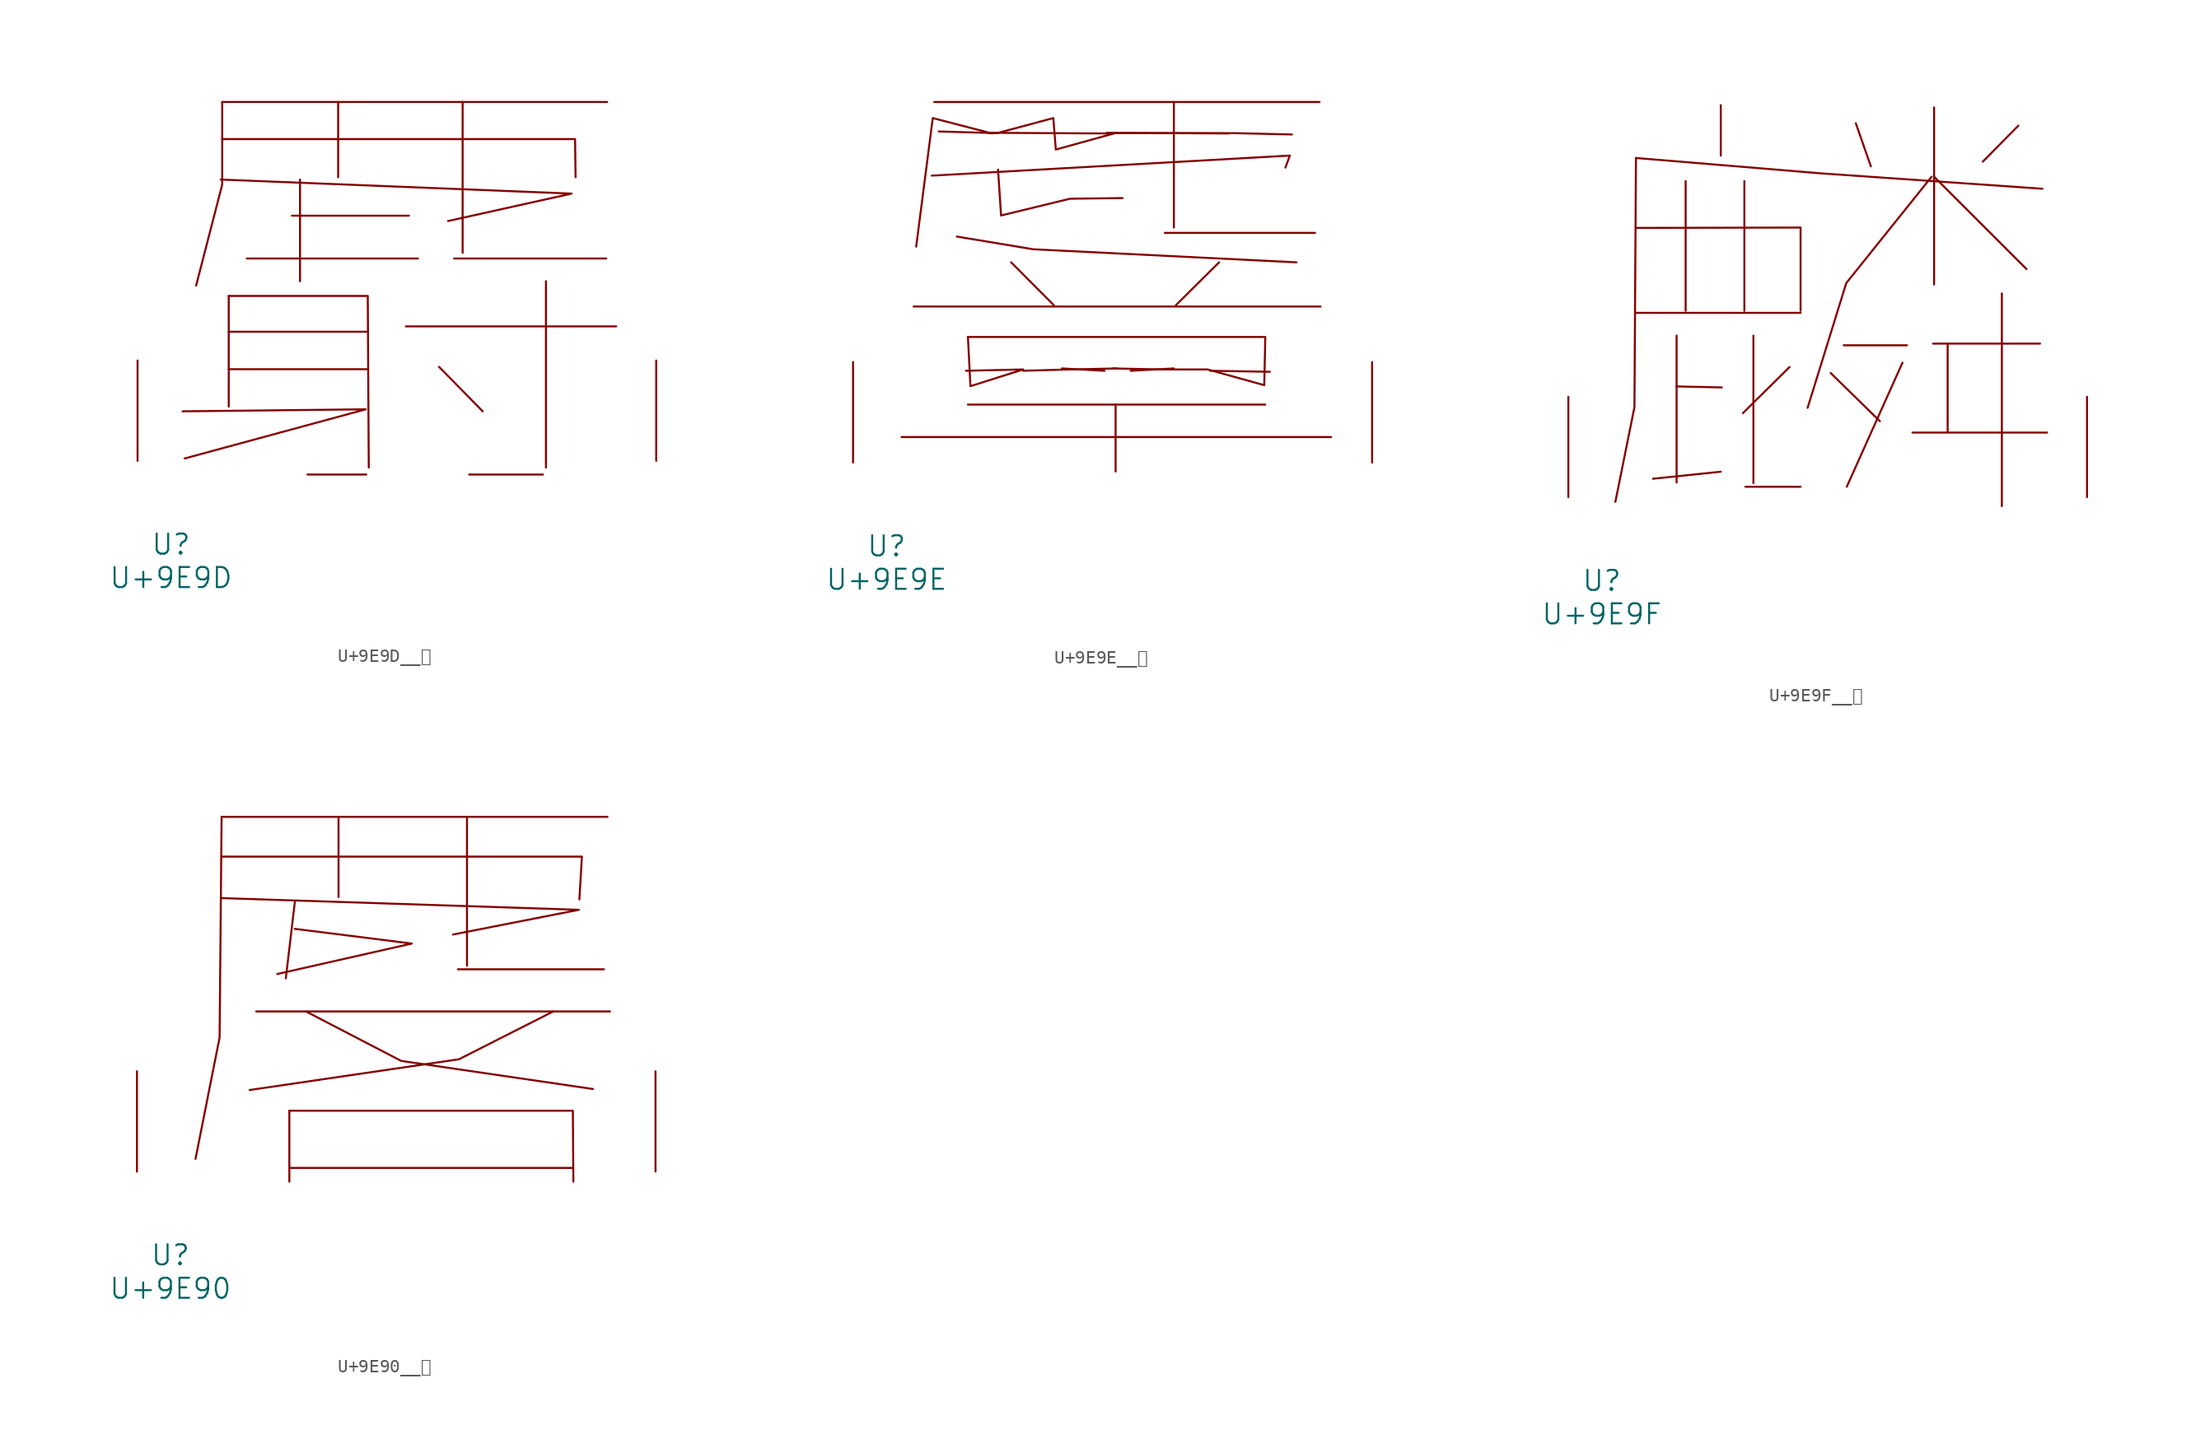
<source format=kicad_sym>
(kicad_symbol_lib
  (version 20231120)
  (generator "kicad_symbol_editor")
  (generator_version "8.0")
  (symbol "U+9E9D__麝"
    (pin_names
      (offset 1.016))
    (property "Reference" "U"
      (at 0 -6.35 0)
      (effects (font (size 1.524 1.524))))
    (property "Value" "U+9E9D"
      (at 0 -8.89 0)
      (effects (font (size 1.524 1.524))))
    (symbol "U+9E9D__麝_0_1"
      (polyline (pts (xy 3.886 27.254) (xy 33.109 27.254)) (stroke (width 0) (type solid)) (fill (type none)))
      (polyline (pts (xy 4.381 6.96) (xy 14.935 6.96)) (stroke (width 0) (type solid)) (fill (type none)))
      (polyline (pts (xy 4.381 9.804) (xy 14.935 9.804)) (stroke (width 0) (type solid)) (fill (type none)))
      (polyline (pts (xy 4.381 12.522) (xy 4.381 4.115)) (stroke (width 0) (type solid)) (fill (type none)))
      (polyline (pts (xy 5.753 15.367) (xy 18.745 15.367)) (stroke (width 0) (type solid)) (fill (type none)))
      (polyline (pts (xy 9.182 18.618) (xy 18.059 18.618)) (stroke (width 0) (type solid)) (fill (type none)))
      (polyline (pts (xy 9.792 21.361) (xy 9.792 13.64)) (stroke (width 0) (type solid)) (fill (type none)))
      (polyline (pts (xy 10.363 -1.041) (xy 14.821 -1.041)) (stroke (width 0) (type solid)) (fill (type none)))
      (polyline (pts (xy 12.687 27.254) (xy 12.687 21.539)) (stroke (width 0) (type solid)) (fill (type none)))
      (polyline (pts (xy 17.831 10.211) (xy 33.795 10.211)) (stroke (width 0) (type solid)) (fill (type none)))
      (polyline (pts (xy 20.345 7.137) (xy 23.66 3.759)) (stroke (width 0) (type solid)) (fill (type none)))
      (polyline (pts (xy 21.488 15.367) (xy 33.033 15.367)) (stroke (width 0) (type solid)) (fill (type none)))
      (polyline (pts (xy 22.136 27.254) (xy 22.136 15.799)) (stroke (width 0) (type solid)) (fill (type none)))
      (polyline (pts (xy 22.631 -1.041) (xy 28.232 -1.041)) (stroke (width 0) (type solid)) (fill (type none)))
      (polyline (pts (xy 28.461 13.64) (xy 28.461 -0.508)) (stroke (width 0) (type solid)) (fill (type none)))
      (polyline (pts (xy 0.876 3.759) (xy 14.783 3.912) (xy 1.029 0.178)) (stroke (width 0) (type solid)) (fill (type none)))
      (polyline (pts (xy 3.772 21.361) (xy 30.404 20.295) (xy 21.031 18.212)) (stroke (width 0) (type solid)) (fill (type none)))
      (polyline (pts (xy 3.886 24.435) (xy 30.671 24.435) (xy 30.709 21.539)) (stroke (width 0) (type solid)) (fill (type none)))
      (polyline (pts (xy 3.886 27.254) (xy 3.886 20.98) (xy 1.905 13.31)) (stroke (width 0) (type solid)) (fill (type none)))
      (polyline (pts (xy 4.381 12.522) (xy 14.935 12.522) (xy 15.011 -0.508)) (stroke (width 0) (type solid)) (fill (type none)))
      (pin input line (at -2.54 0 90) (length 7.62) (name "~" (effects (font (size 1.27 1.27)))) (number "~" (effects (font (size 1.27 1.27)))))
      (pin input line (at 36.83 0 90) (length 7.62) (name "~" (effects (font (size 1.27 1.27)))) (number "~" (effects (font (size 1.27 1.27)))))))
  (symbol "U+9E9E__麞"
    (pin_names
      (offset 1.016))
    (property "Reference" "U"
      (at 0 -6.35 0)
      (effects (font (size 1.524 1.524))))
    (property "Value" "U+9E9E"
      (at 0 -8.89 0)
      (effects (font (size 1.524 1.524))))
    (symbol "U+9E9E__麞_0_1"
      (polyline (pts (xy 1.143 1.93) (xy 33.718 1.93)) (stroke (width 0) (type solid)) (fill (type none)))
      (polyline (pts (xy 2.057 11.836) (xy 32.918 11.836)) (stroke (width 0) (type solid)) (fill (type none)))
      (polyline (pts (xy 3.619 27.356) (xy 32.842 27.356)) (stroke (width 0) (type solid)) (fill (type none)))
      (polyline (pts (xy 6.172 4.394) (xy 28.727 4.394)) (stroke (width 0) (type solid)) (fill (type none)))
      (polyline (pts (xy 9.449 15.189) (xy 12.687 11.938)) (stroke (width 0) (type solid)) (fill (type none)))
      (polyline (pts (xy 16.535 6.96) (xy 13.297 7.137)) (stroke (width 0) (type solid)) (fill (type none)))
      (polyline (pts (xy 17.374 4.394) (xy 17.374 -0.686)) (stroke (width 0) (type solid)) (fill (type none)))
      (polyline (pts (xy 18.517 6.96) (xy 21.793 7.137)) (stroke (width 0) (type solid)) (fill (type none)))
      (polyline (pts (xy 21.107 17.424) (xy 32.499 17.424)) (stroke (width 0) (type solid)) (fill (type none)))
      (polyline (pts (xy 21.793 27.356) (xy 21.793 17.831)) (stroke (width 0) (type solid)) (fill (type none)))
      (polyline (pts (xy 24.536 6.96) (xy 29.07 6.883)) (stroke (width 0) (type solid)) (fill (type none)))
      (polyline (pts (xy 25.222 15.189) (xy 21.946 11.938)) (stroke (width 0) (type solid)) (fill (type none)))
      (polyline (pts (xy 3.429 21.768) (xy 30.594 23.292) (xy 30.251 22.377)) (stroke (width 0) (type solid)) (fill (type none)))
      (polyline (pts (xy 5.334 17.145) (xy 11.125 16.18) (xy 31.09 15.189)) (stroke (width 0) (type solid)) (fill (type none)))
      (polyline (pts (xy 8.001 24.968) (xy 3.505 26.137) (xy 2.248 16.383)) (stroke (width 0) (type solid)) (fill (type none)))
      (polyline (pts (xy 10.363 6.96) (xy 13.906 7.061) (xy 17.488 7.137)) (stroke (width 0) (type solid)) (fill (type none)))
      (polyline (pts (xy 16.993 24.968) (xy 12.344 24.994) (xy 7.734 25.019)) (stroke (width 0) (type solid)) (fill (type none)))
      (polyline (pts (xy 25.946 24.968) (xy 21.374 24.994) (xy 16.688 25.019)) (stroke (width 0) (type solid)) (fill (type none)))
      (polyline (pts (xy 6.172 9.525) (xy 6.363 5.791) (xy 10.363 7.061) (xy 6.02 6.96)) (stroke (width 0) (type solid)) (fill (type none)))
      (polyline (pts (xy 8.458 22.225) (xy 8.687 18.745) (xy 13.906 20.015) (xy 17.907 20.066)) (stroke (width 0) (type solid)) (fill (type none)))
      (polyline (pts (xy 6.172 9.525) (xy 28.727 9.525) (xy 28.651 5.867) (xy 24.346 7.061) (xy 20.917 7.061) (xy 17.145 7.137)) (stroke (width 0) (type solid)) (fill (type none)))
      (polyline (pts (xy 3.962 25.121) (xy 8.382 24.994) (xy 12.649 26.137) (xy 12.84 23.749) (xy 17.335 24.994) (xy 21.831 24.994) (xy 26.365 24.994) (xy 30.747 24.892)) (stroke (width 0) (type solid)) (fill (type none)))
      (pin input line (at -2.54 0 90) (length 7.62) (name "~" (effects (font (size 1.27 1.27)))) (number "~" (effects (font (size 1.27 1.27)))))
      (pin input line (at 36.83 0 90) (length 7.62) (name "~" (effects (font (size 1.27 1.27)))) (number "~" (effects (font (size 1.27 1.27)))))))
  (symbol "U+9E9F__麟"
    (pin_names
      (offset 1.016))
    (property "Reference" "U"
      (at 0 -6.35 0)
      (effects (font (size 1.524 1.524))))
    (property "Value" "U+9E9F"
      (at 0 -8.89 0)
      (effects (font (size 1.524 1.524))))
    (symbol "U+9E9F__麟_0_1"
      (polyline (pts (xy 2.591 13.995) (xy 15.088 13.995)) (stroke (width 0) (type solid)) (fill (type none)))
      (polyline (pts (xy 5.677 8.407) (xy 9.106 8.331)) (stroke (width 0) (type solid)) (fill (type none)))
      (polyline (pts (xy 5.677 12.268) (xy 5.677 1.118)) (stroke (width 0) (type solid)) (fill (type none)))
      (polyline (pts (xy 6.363 24.003) (xy 6.363 14.148)) (stroke (width 0) (type solid)) (fill (type none)))
      (polyline (pts (xy 9.03 1.93) (xy 3.886 1.397)) (stroke (width 0) (type solid)) (fill (type none)))
      (polyline (pts (xy 9.03 29.769) (xy 9.03 25.933)) (stroke (width 0) (type solid)) (fill (type none)))
      (polyline (pts (xy 10.82 24.003) (xy 10.82 14.148)) (stroke (width 0) (type solid)) (fill (type none)))
      (polyline (pts (xy 10.897 0.787) (xy 15.088 0.787)) (stroke (width 0) (type solid)) (fill (type none)))
      (polyline (pts (xy 11.506 12.268) (xy 11.506 1.067)) (stroke (width 0) (type solid)) (fill (type none)))
      (polyline (pts (xy 14.249 9.881) (xy 10.706 6.375)) (stroke (width 0) (type solid)) (fill (type none)))
      (polyline (pts (xy 17.374 9.423) (xy 21.107 5.766)) (stroke (width 0) (type solid)) (fill (type none)))
      (polyline (pts (xy 18.364 11.532) (xy 23.165 11.532)) (stroke (width 0) (type solid)) (fill (type none)))
      (polyline (pts (xy 19.279 28.397) (xy 20.422 25.121)) (stroke (width 0) (type solid)) (fill (type none)))
      (polyline (pts (xy 22.822 10.211) (xy 18.593 0.787)) (stroke (width 0) (type solid)) (fill (type none)))
      (polyline (pts (xy 23.584 4.902) (xy 33.795 4.902)) (stroke (width 0) (type solid)) (fill (type none)))
      (polyline (pts (xy 25.146 11.659) (xy 33.261 11.659)) (stroke (width 0) (type solid)) (fill (type none)))
      (polyline (pts (xy 25.222 24.333) (xy 32.233 17.323)) (stroke (width 0) (type solid)) (fill (type none)))
      (polyline (pts (xy 25.222 29.591) (xy 25.222 16.154)) (stroke (width 0) (type solid)) (fill (type none)))
      (polyline (pts (xy 26.251 11.659) (xy 26.251 4.978)) (stroke (width 0) (type solid)) (fill (type none)))
      (polyline (pts (xy 30.366 15.469) (xy 30.366 -0.686)) (stroke (width 0) (type solid)) (fill (type none)))
      (polyline (pts (xy 31.623 28.219) (xy 28.918 25.476)) (stroke (width 0) (type solid)) (fill (type none)))
      (polyline (pts (xy 2.591 20.447) (xy 15.088 20.472) (xy 15.088 14.148)) (stroke (width 0) (type solid)) (fill (type none)))
      (polyline (pts (xy 2.591 25.756) (xy 2.477 6.833) (xy 1.029 -0.356)) (stroke (width 0) (type solid)) (fill (type none)))
      (polyline (pts (xy 2.591 25.756) (xy 16.65 24.587) (xy 33.452 23.419)) (stroke (width 0) (type solid)) (fill (type none)))
      (polyline (pts (xy 25.032 24.333) (xy 18.555 16.256) (xy 15.621 6.782)) (stroke (width 0) (type solid)) (fill (type none)))
      (pin input line (at -2.54 0 90) (length 7.62) (name "~" (effects (font (size 1.27 1.27)))) (number "~" (effects (font (size 1.27 1.27)))))
      (pin input line (at 36.83 0 90) (length 7.62) (name "~" (effects (font (size 1.27 1.27)))) (number "~" (effects (font (size 1.27 1.27)))))))
  (symbol "U+9E90__麐"
    (pin_names
      (offset 1.016))
    (property "Reference" "U"
      (at 0 -6.35 0)
      (effects (font (size 1.524 1.524))))
    (property "Value" "U+9E90"
      (at 0 -8.89 0)
      (effects (font (size 1.524 1.524))))
    (symbol "U+9E90__麐_0_1"
      (polyline (pts (xy 3.886 26.949) (xy 33.185 26.949)) (stroke (width 0) (type solid)) (fill (type none)))
      (polyline (pts (xy 6.515 12.167) (xy 33.376 12.167)) (stroke (width 0) (type solid)) (fill (type none)))
      (polyline (pts (xy 9.03 0.279) (xy 30.518 0.279)) (stroke (width 0) (type solid)) (fill (type none)))
      (polyline (pts (xy 9.03 4.623) (xy 9.03 -0.762)) (stroke (width 0) (type solid)) (fill (type none)))
      (polyline (pts (xy 9.449 20.498) (xy 8.763 14.681)) (stroke (width 0) (type solid)) (fill (type none)))
      (polyline (pts (xy 12.764 26.949) (xy 12.764 20.853)) (stroke (width 0) (type solid)) (fill (type none)))
      (polyline (pts (xy 21.831 15.367) (xy 32.918 15.367)) (stroke (width 0) (type solid)) (fill (type none)))
      (polyline (pts (xy 22.517 26.949) (xy 22.517 15.646)) (stroke (width 0) (type solid)) (fill (type none)))
      (polyline (pts (xy 3.886 20.777) (xy 31.013 19.888) (xy 21.45 18.009)) (stroke (width 0) (type solid)) (fill (type none)))
      (polyline (pts (xy 3.886 23.927) (xy 31.242 23.927) (xy 31.052 20.676)) (stroke (width 0) (type solid)) (fill (type none)))
      (polyline (pts (xy 3.886 26.949) (xy 3.734 10.185) (xy 1.905 0.965)) (stroke (width 0) (type solid)) (fill (type none)))
      (polyline (pts (xy 9.03 4.623) (xy 30.556 4.623) (xy 30.594 -0.762)) (stroke (width 0) (type solid)) (fill (type none)))
      (polyline (pts (xy 9.449 18.44) (xy 18.326 17.323) (xy 8.115 15.011)) (stroke (width 0) (type solid)) (fill (type none)))
      (polyline (pts (xy 10.287 12.167) (xy 17.526 8.407) (xy 32.08 6.274)) (stroke (width 0) (type solid)) (fill (type none)))
      (polyline (pts (xy 29.07 12.167) (xy 21.907 8.534) (xy 6.02 6.198)) (stroke (width 0) (type solid)) (fill (type none)))
      (pin input line (at -2.54 0 90) (length 7.62) (name "~" (effects (font (size 1.27 1.27)))) (number "~" (effects (font (size 1.27 1.27)))))
      (pin input line (at 36.83 0 90) (length 7.62) (name "~" (effects (font (size 1.27 1.27)))) (number "~" (effects (font (size 1.27 1.27))))))))
</source>
